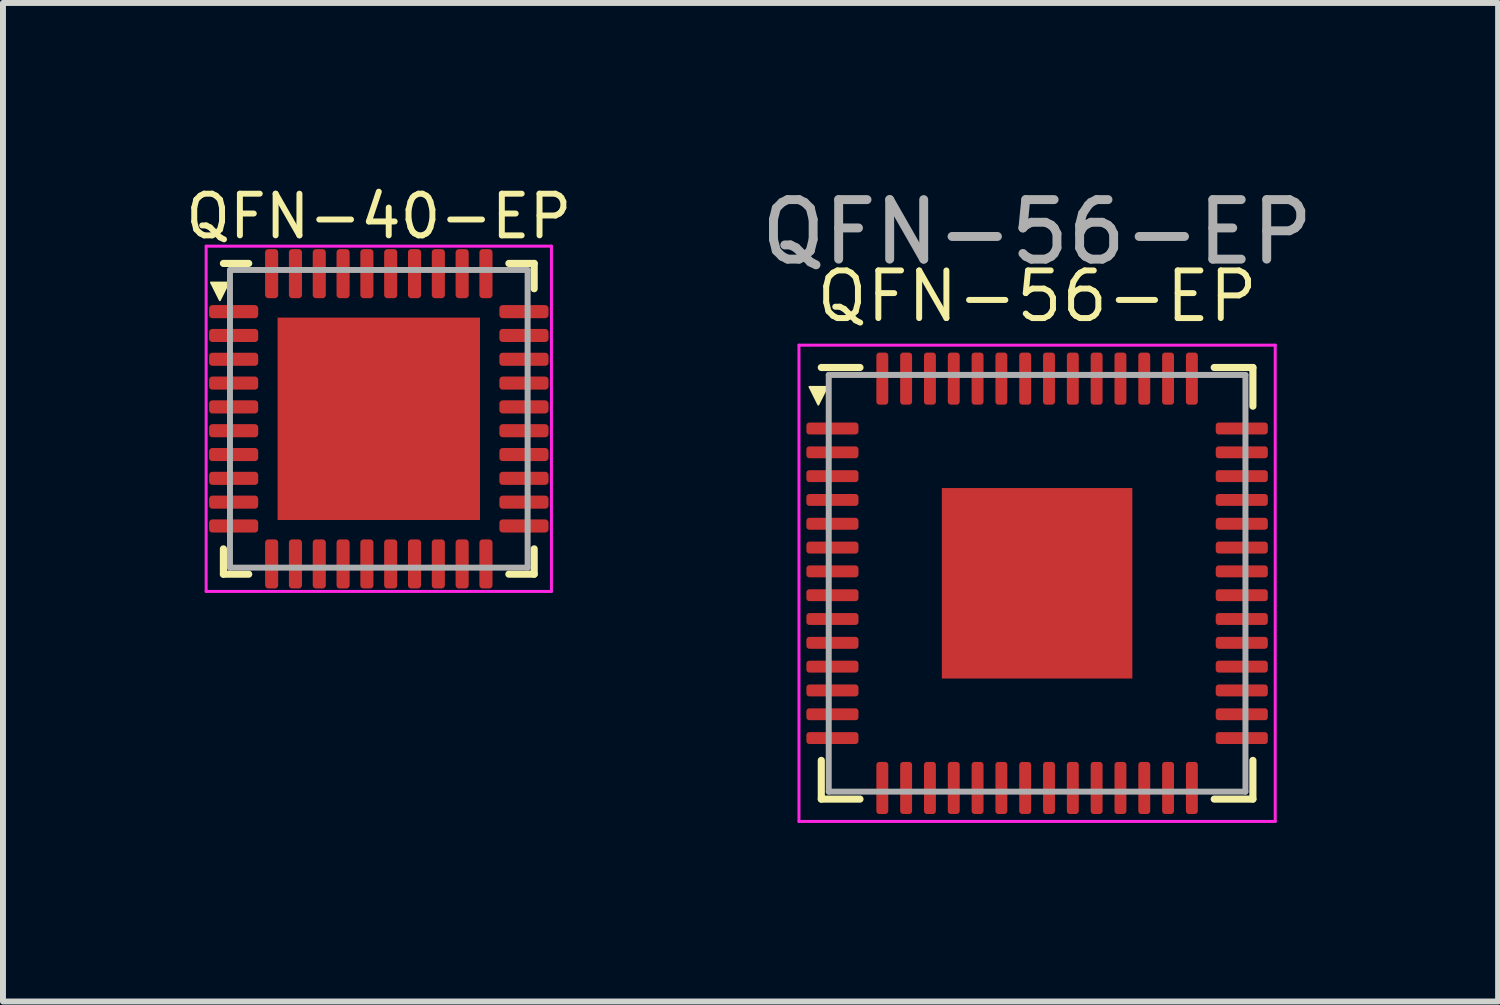
<source format=kicad_pcb>
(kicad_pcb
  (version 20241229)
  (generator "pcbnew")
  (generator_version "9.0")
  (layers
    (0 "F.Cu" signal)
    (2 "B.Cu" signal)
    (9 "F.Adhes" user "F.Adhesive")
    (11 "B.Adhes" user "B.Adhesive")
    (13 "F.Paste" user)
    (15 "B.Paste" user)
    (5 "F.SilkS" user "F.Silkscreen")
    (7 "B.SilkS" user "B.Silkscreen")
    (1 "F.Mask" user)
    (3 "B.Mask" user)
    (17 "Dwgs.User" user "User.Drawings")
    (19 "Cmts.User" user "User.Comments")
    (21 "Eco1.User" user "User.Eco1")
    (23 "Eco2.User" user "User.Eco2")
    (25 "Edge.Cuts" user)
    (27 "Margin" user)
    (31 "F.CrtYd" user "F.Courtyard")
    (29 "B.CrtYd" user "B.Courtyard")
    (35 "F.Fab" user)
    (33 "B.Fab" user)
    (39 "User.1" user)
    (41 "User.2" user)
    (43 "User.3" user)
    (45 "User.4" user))
  (footprint "QFN-40-EP"
    (layer "F.Cu")
    (at 3.313 3.985)
    (property "Reference" "QFN-40-EP" (at 0 -3.4 0) (unlocked yes) (layer "F.SilkS") (effects (font (size 0.7 0.7) (thickness 0.1))))
    (attr smd)
    (fp_line (start -2.61 2.61) (end -2.61 2.185) (stroke (width 0.12) (type solid)) (layer "F.SilkS"))
    (fp_line (start -2.185 -2.61) (end -2.61 -2.61) (stroke (width 0.12) (type solid)) (layer "F.SilkS"))
    (fp_line (start -2.185 2.61) (end -2.61 2.61) (stroke (width 0.12) (type solid)) (layer "F.SilkS"))
    (fp_line (start 2.185 -2.61) (end 2.61 -2.61) (stroke (width 0.12) (type solid)) (layer "F.SilkS"))
    (fp_line (start 2.185 2.61) (end 2.61 2.61) (stroke (width 0.12) (type solid)) (layer "F.SilkS"))
    (fp_line (start 2.61 -2.61) (end 2.61 -2.185) (stroke (width 0.12) (type solid)) (layer "F.SilkS"))
    (fp_line (start 2.61 2.61) (end 2.61 2.185) (stroke (width 0.12) (type solid)) (layer "F.SilkS"))
    (fp_poly (pts (xy -2.67 -1.99) (xy -2.82 -2.29) (xy -2.52 -2.29)) (stroke (width 0.03) (type solid)) (fill yes) (layer "F.SilkS"))
    (fp_line (start -2.9 -2.9) (end -2.9 2.9) (stroke (width 0.05) (type solid)) (layer "F.CrtYd"))
    (fp_line (start -2.9 2.9) (end 2.9 2.9) (stroke (width 0.05) (type solid)) (layer "F.CrtYd"))
    (fp_line (start 2.9 -2.9) (end -2.9 -2.9) (stroke (width 0.05) (type solid)) (layer "F.CrtYd"))
    (fp_line (start 2.9 2.9) (end 2.9 -2.9) (stroke (width 0.05) (type solid)) (layer "F.CrtYd"))
    (fp_line (start -2.5 -2.5) (end 2.5 -2.5) (stroke (width 0.1) (type solid)) (layer "F.Fab"))
    (fp_line (start -2.5 2.5) (end -2.5 -2.5) (stroke (width 0.1) (type solid)) (layer "F.Fab"))
    (fp_line (start 2.5 -2.5) (end 2.5 2.5) (stroke (width 0.1) (type solid)) (layer "F.Fab"))
    (fp_line (start 2.5 2.5) (end -2.5 2.5) (stroke (width 0.1) (type solid)) (layer "F.Fab"))
    (pad "" smd roundrect (at -1.2 -1.2) (size 0.97 0.97) (layers "F.Paste") (roundrect_rratio 0.25))
    (pad "" smd roundrect (at -1.2 0) (size 0.97 0.97) (layers "F.Paste") (roundrect_rratio 0.25))
    (pad "" smd roundrect (at -1.2 1.2) (size 0.97 0.97) (layers "F.Paste") (roundrect_rratio 0.25))
    (pad "" smd roundrect (at 0 -1.2) (size 0.97 0.97) (layers "F.Paste") (roundrect_rratio 0.25))
    (pad "" smd roundrect (at 0 0) (size 0.97 0.97) (layers "F.Paste") (roundrect_rratio 0.25))
    (pad "" smd roundrect (at 0 1.2) (size 0.97 0.97) (layers "F.Paste") (roundrect_rratio 0.25))
    (pad "" smd roundrect (at 1.2 -1.2) (size 0.97 0.97) (layers "F.Paste") (roundrect_rratio 0.25))
    (pad "" smd roundrect (at 1.2 0) (size 0.97 0.97) (layers "F.Paste") (roundrect_rratio 0.25))
    (pad "" smd roundrect (at 1.2 1.2) (size 0.97 0.97) (layers "F.Paste") (roundrect_rratio 0.25))
    (pad "1" smd roundrect (at -2.438 -1.8) (size 0.825 0.22) (layers "F.Cu" "F.Mask" "F.Paste") (roundrect_rratio 0.25))
    (pad "2" smd roundrect (at -2.438 -1.4) (size 0.825 0.22) (layers "F.Cu" "F.Mask" "F.Paste") (roundrect_rratio 0.25))
    (pad "3" smd roundrect (at -2.438 -1) (size 0.825 0.22) (layers "F.Cu" "F.Mask" "F.Paste") (roundrect_rratio 0.25))
    (pad "4" smd roundrect (at -2.438 -0.6) (size 0.825 0.22) (layers "F.Cu" "F.Mask" "F.Paste") (roundrect_rratio 0.25))
    (pad "5" smd roundrect (at -2.438 -0.2) (size 0.825 0.22) (layers "F.Cu" "F.Mask" "F.Paste") (roundrect_rratio 0.25))
    (pad "6" smd roundrect (at -2.438 0.2) (size 0.825 0.22) (layers "F.Cu" "F.Mask" "F.Paste") (roundrect_rratio 0.25))
    (pad "7" smd roundrect (at -2.438 0.6) (size 0.825 0.22) (layers "F.Cu" "F.Mask" "F.Paste") (roundrect_rratio 0.25))
    (pad "8" smd roundrect (at -2.438 1) (size 0.825 0.22) (layers "F.Cu" "F.Mask" "F.Paste") (roundrect_rratio 0.25))
    (pad "9" smd roundrect (at -2.438 1.4) (size 0.825 0.22) (layers "F.Cu" "F.Mask" "F.Paste") (roundrect_rratio 0.25))
    (pad "10" smd roundrect (at -2.438 1.8) (size 0.825 0.22) (layers "F.Cu" "F.Mask" "F.Paste") (roundrect_rratio 0.25))
    (pad "11" smd roundrect (at -1.8 2.438) (size 0.22 0.825) (layers "F.Cu" "F.Mask" "F.Paste") (roundrect_rratio 0.25))
    (pad "12" smd roundrect (at -1.4 2.438) (size 0.22 0.825) (layers "F.Cu" "F.Mask" "F.Paste") (roundrect_rratio 0.25))
    (pad "13" smd roundrect (at -1 2.438) (size 0.22 0.825) (layers "F.Cu" "F.Mask" "F.Paste") (roundrect_rratio 0.25))
    (pad "14" smd roundrect (at -0.6 2.438) (size 0.22 0.825) (layers "F.Cu" "F.Mask" "F.Paste") (roundrect_rratio 0.25))
    (pad "15" smd roundrect (at -0.2 2.438) (size 0.22 0.825) (layers "F.Cu" "F.Mask" "F.Paste") (roundrect_rratio 0.25))
    (pad "16" smd roundrect (at 0.2 2.438) (size 0.22 0.825) (layers "F.Cu" "F.Mask" "F.Paste") (roundrect_rratio 0.25))
    (pad "17" smd roundrect (at 0.6 2.438) (size 0.22 0.825) (layers "F.Cu" "F.Mask" "F.Paste") (roundrect_rratio 0.25))
    (pad "18" smd roundrect (at 1 2.438) (size 0.22 0.825) (layers "F.Cu" "F.Mask" "F.Paste") (roundrect_rratio 0.25))
    (pad "19" smd roundrect (at 1.4 2.438) (size 0.22 0.825) (layers "F.Cu" "F.Mask" "F.Paste") (roundrect_rratio 0.25))
    (pad "20" smd roundrect (at 1.8 2.438) (size 0.22 0.825) (layers "F.Cu" "F.Mask" "F.Paste") (roundrect_rratio 0.25))
    (pad "21" smd roundrect (at 2.438 1.8) (size 0.825 0.22) (layers "F.Cu" "F.Mask" "F.Paste") (roundrect_rratio 0.25))
    (pad "22" smd roundrect (at 2.438 1.4) (size 0.825 0.22) (layers "F.Cu" "F.Mask" "F.Paste") (roundrect_rratio 0.25))
    (pad "23" smd roundrect (at 2.438 1) (size 0.825 0.22) (layers "F.Cu" "F.Mask" "F.Paste") (roundrect_rratio 0.25))
    (pad "24" smd roundrect (at 2.438 0.6) (size 0.825 0.22) (layers "F.Cu" "F.Mask" "F.Paste") (roundrect_rratio 0.25))
    (pad "25" smd roundrect (at 2.438 0.2) (size 0.825 0.22) (layers "F.Cu" "F.Mask" "F.Paste") (roundrect_rratio 0.25))
    (pad "26" smd roundrect (at 2.438 -0.2) (size 0.825 0.22) (layers "F.Cu" "F.Mask" "F.Paste") (roundrect_rratio 0.25))
    (pad "27" smd roundrect (at 2.438 -0.6) (size 0.825 0.22) (layers "F.Cu" "F.Mask" "F.Paste") (roundrect_rratio 0.25))
    (pad "28" smd roundrect (at 2.438 -1) (size 0.825 0.22) (layers "F.Cu" "F.Mask" "F.Paste") (roundrect_rratio 0.25))
    (pad "29" smd roundrect (at 2.438 -1.4) (size 0.825 0.22) (layers "F.Cu" "F.Mask" "F.Paste") (roundrect_rratio 0.25))
    (pad "30" smd roundrect (at 2.438 -1.8) (size 0.825 0.22) (layers "F.Cu" "F.Mask" "F.Paste") (roundrect_rratio 0.25))
    (pad "31" smd roundrect (at 1.8 -2.438) (size 0.22 0.825) (layers "F.Cu" "F.Mask" "F.Paste") (roundrect_rratio 0.25))
    (pad "32" smd roundrect (at 1.4 -2.438) (size 0.22 0.825) (layers "F.Cu" "F.Mask" "F.Paste") (roundrect_rratio 0.25))
    (pad "33" smd roundrect (at 1 -2.438) (size 0.22 0.825) (layers "F.Cu" "F.Mask" "F.Paste") (roundrect_rratio 0.25))
    (pad "34" smd roundrect (at 0.6 -2.438) (size 0.22 0.825) (layers "F.Cu" "F.Mask" "F.Paste") (roundrect_rratio 0.25))
    (pad "35" smd roundrect (at 0.2 -2.438) (size 0.22 0.825) (layers "F.Cu" "F.Mask" "F.Paste") (roundrect_rratio 0.25))
    (pad "36" smd roundrect (at -0.2 -2.438) (size 0.22 0.825) (layers "F.Cu" "F.Mask" "F.Paste") (roundrect_rratio 0.25))
    (pad "37" smd roundrect (at -0.6 -2.438) (size 0.22 0.825) (layers "F.Cu" "F.Mask" "F.Paste") (roundrect_rratio 0.25))
    (pad "38" smd roundrect (at -1 -2.438) (size 0.22 0.825) (layers "F.Cu" "F.Mask" "F.Paste") (roundrect_rratio 0.25))
    (pad "39" smd roundrect (at -1.4 -2.438) (size 0.22 0.825) (layers "F.Cu" "F.Mask" "F.Paste") (roundrect_rratio 0.25))
    (pad "40" smd roundrect (at -1.8 -2.438) (size 0.22 0.825) (layers "F.Cu" "F.Mask" "F.Paste") (roundrect_rratio 0.25))
    (pad "41" smd rect (at 0 0) (size 3.4 3.4) (layers "F.Cu" "F.Mask")))
  (footprint "QFN-56-EP"
    (layer "F.Cu")
    (at 14.371 6.748)
    (property "Reference" "QFN-56-EP" (at 0 -4.82 0) (layer "F.SilkS") (effects (font (size 0.8 0.8) (thickness 0.1))))
    (attr smd)
    (fp_line (start -3.625 -3.625) (end -2.975 -3.625) (stroke (width 0.12) (type solid)) (layer "F.SilkS"))
    (fp_line (start -3.625 3.625) (end -3.625 2.975) (stroke (width 0.12) (type solid)) (layer "F.SilkS"))
    (fp_line (start -2.975 3.625) (end -3.625 3.625) (stroke (width 0.12) (type solid)) (layer "F.SilkS"))
    (fp_line (start 2.975 -3.625) (end 3.625 -3.625) (stroke (width 0.12) (type solid)) (layer "F.SilkS"))
    (fp_line (start 2.975 3.625) (end 3.625 3.625) (stroke (width 0.12) (type solid)) (layer "F.SilkS"))
    (fp_line (start 3.625 -3.625) (end 3.625 -2.975) (stroke (width 0.12) (type solid)) (layer "F.SilkS"))
    (fp_line (start 3.625 3.625) (end 3.625 2.975) (stroke (width 0.12) (type solid)) (layer "F.SilkS"))
    (fp_poly (pts (xy -3.675 -3) (xy -3.825 -3.3) (xy -3.525 -3.3)) (stroke (width 0.03) (type solid)) (fill yes) (layer "F.SilkS"))
    (fp_line (start -4 -4) (end -4 4) (stroke (width 0.05) (type solid)) (layer "F.CrtYd"))
    (fp_line (start -4 4) (end 4 4) (stroke (width 0.05) (type solid)) (layer "F.CrtYd"))
    (fp_line (start 4 -4) (end -4 -4) (stroke (width 0.05) (type solid)) (layer "F.CrtYd"))
    (fp_line (start 4 4) (end 4 -4) (stroke (width 0.05) (type solid)) (layer "F.CrtYd"))
    (fp_line (start -3.5 -3.5) (end 3.5 -3.5) (stroke (width 0.1) (type solid)) (layer "F.Fab"))
    (fp_line (start -3.5 3.5) (end -3.5 -3.5) (stroke (width 0.1) (type solid)) (layer "F.Fab"))
    (fp_line (start 3.5 -3.5) (end 3.5 3.5) (stroke (width 0.1) (type solid)) (layer "F.Fab"))
    (fp_line (start 3.5 3.5) (end -3.5 3.5) (stroke (width 0.1) (type solid)) (layer "F.Fab"))
    (fp_text user "${REFERENCE}" (at 0 -5.9 0) (layer "F.Fab") (effects (font (size 1 1) (thickness 0.15))))
    (pad "" smd roundrect (at -0.7 -0.7) (size 1.13 1.13) (layers "F.Paste") (roundrect_rratio 0.221))
    (pad "" smd roundrect (at -0.7 0.7) (size 1.13 1.13) (layers "F.Paste") (roundrect_rratio 0.221))
    (pad "" smd roundrect (at 0.7 -0.7) (size 1.13 1.13) (layers "F.Paste") (roundrect_rratio 0.221))
    (pad "" smd roundrect (at 0.7 0.7) (size 1.13 1.13) (layers "F.Paste") (roundrect_rratio 0.221))
    (pad "1" smd roundrect (at -3.438 -2.6) (size 0.875 0.2) (layers "F.Cu" "F.Mask" "F.Paste") (roundrect_rratio 0.25))
    (pad "2" smd roundrect (at -3.438 -2.2) (size 0.875 0.2) (layers "F.Cu" "F.Mask" "F.Paste") (roundrect_rratio 0.25))
    (pad "3" smd roundrect (at -3.438 -1.8) (size 0.875 0.2) (layers "F.Cu" "F.Mask" "F.Paste") (roundrect_rratio 0.25))
    (pad "4" smd roundrect (at -3.438 -1.4) (size 0.875 0.2) (layers "F.Cu" "F.Mask" "F.Paste") (roundrect_rratio 0.25))
    (pad "5" smd roundrect (at -3.438 -1) (size 0.875 0.2) (layers "F.Cu" "F.Mask" "F.Paste") (roundrect_rratio 0.25))
    (pad "6" smd roundrect (at -3.438 -0.6) (size 0.875 0.2) (layers "F.Cu" "F.Mask" "F.Paste") (roundrect_rratio 0.25))
    (pad "7" smd roundrect (at -3.438 -0.2) (size 0.875 0.2) (layers "F.Cu" "F.Mask" "F.Paste") (roundrect_rratio 0.25))
    (pad "8" smd roundrect (at -3.438 0.2) (size 0.875 0.2) (layers "F.Cu" "F.Mask" "F.Paste") (roundrect_rratio 0.25))
    (pad "9" smd roundrect (at -3.438 0.6) (size 0.875 0.2) (layers "F.Cu" "F.Mask" "F.Paste") (roundrect_rratio 0.25))
    (pad "10" smd roundrect (at -3.438 1) (size 0.875 0.2) (layers "F.Cu" "F.Mask" "F.Paste") (roundrect_rratio 0.25))
    (pad "11" smd roundrect (at -3.438 1.4) (size 0.875 0.2) (layers "F.Cu" "F.Mask" "F.Paste") (roundrect_rratio 0.25))
    (pad "12" smd roundrect (at -3.438 1.8) (size 0.875 0.2) (layers "F.Cu" "F.Mask" "F.Paste") (roundrect_rratio 0.25))
    (pad "13" smd roundrect (at -3.438 2.2) (size 0.875 0.2) (layers "F.Cu" "F.Mask" "F.Paste") (roundrect_rratio 0.25))
    (pad "14" smd roundrect (at -3.438 2.6) (size 0.875 0.2) (layers "F.Cu" "F.Mask" "F.Paste") (roundrect_rratio 0.25))
    (pad "15" smd roundrect (at -2.6 3.438) (size 0.2 0.875) (layers "F.Cu" "F.Mask" "F.Paste") (roundrect_rratio 0.25))
    (pad "16" smd roundrect (at -2.2 3.438) (size 0.2 0.875) (layers "F.Cu" "F.Mask" "F.Paste") (roundrect_rratio 0.25))
    (pad "17" smd roundrect (at -1.8 3.438) (size 0.2 0.875) (layers "F.Cu" "F.Mask" "F.Paste") (roundrect_rratio 0.25))
    (pad "18" smd roundrect (at -1.4 3.438) (size 0.2 0.875) (layers "F.Cu" "F.Mask" "F.Paste") (roundrect_rratio 0.25))
    (pad "19" smd roundrect (at -1 3.438) (size 0.2 0.875) (layers "F.Cu" "F.Mask" "F.Paste") (roundrect_rratio 0.25))
    (pad "20" smd roundrect (at -0.6 3.438) (size 0.2 0.875) (layers "F.Cu" "F.Mask" "F.Paste") (roundrect_rratio 0.25))
    (pad "21" smd roundrect (at -0.2 3.438) (size 0.2 0.875) (layers "F.Cu" "F.Mask" "F.Paste") (roundrect_rratio 0.25))
    (pad "22" smd roundrect (at 0.2 3.438) (size 0.2 0.875) (layers "F.Cu" "F.Mask" "F.Paste") (roundrect_rratio 0.25))
    (pad "23" smd roundrect (at 0.6 3.438) (size 0.2 0.875) (layers "F.Cu" "F.Mask" "F.Paste") (roundrect_rratio 0.25))
    (pad "24" smd roundrect (at 1 3.438) (size 0.2 0.875) (layers "F.Cu" "F.Mask" "F.Paste") (roundrect_rratio 0.25))
    (pad "25" smd roundrect (at 1.4 3.438) (size 0.2 0.875) (layers "F.Cu" "F.Mask" "F.Paste") (roundrect_rratio 0.25))
    (pad "26" smd roundrect (at 1.8 3.438) (size 0.2 0.875) (layers "F.Cu" "F.Mask" "F.Paste") (roundrect_rratio 0.25))
    (pad "27" smd roundrect (at 2.2 3.438) (size 0.2 0.875) (layers "F.Cu" "F.Mask" "F.Paste") (roundrect_rratio 0.25))
    (pad "28" smd roundrect (at 2.6 3.438) (size 0.2 0.875) (layers "F.Cu" "F.Mask" "F.Paste") (roundrect_rratio 0.25))
    (pad "29" smd roundrect (at 3.438 2.6) (size 0.875 0.2) (layers "F.Cu" "F.Mask" "F.Paste") (roundrect_rratio 0.25))
    (pad "30" smd roundrect (at 3.438 2.2) (size 0.875 0.2) (layers "F.Cu" "F.Mask" "F.Paste") (roundrect_rratio 0.25))
    (pad "31" smd roundrect (at 3.438 1.8) (size 0.875 0.2) (layers "F.Cu" "F.Mask" "F.Paste") (roundrect_rratio 0.25))
    (pad "32" smd roundrect (at 3.438 1.4) (size 0.875 0.2) (layers "F.Cu" "F.Mask" "F.Paste") (roundrect_rratio 0.25))
    (pad "33" smd roundrect (at 3.438 1) (size 0.875 0.2) (layers "F.Cu" "F.Mask" "F.Paste") (roundrect_rratio 0.25))
    (pad "34" smd roundrect (at 3.438 0.6) (size 0.875 0.2) (layers "F.Cu" "F.Mask" "F.Paste") (roundrect_rratio 0.25))
    (pad "35" smd roundrect (at 3.438 0.2) (size 0.875 0.2) (layers "F.Cu" "F.Mask" "F.Paste") (roundrect_rratio 0.25))
    (pad "36" smd roundrect (at 3.438 -0.2) (size 0.875 0.2) (layers "F.Cu" "F.Mask" "F.Paste") (roundrect_rratio 0.25))
    (pad "37" smd roundrect (at 3.438 -0.6) (size 0.875 0.2) (layers "F.Cu" "F.Mask" "F.Paste") (roundrect_rratio 0.25))
    (pad "38" smd roundrect (at 3.438 -1) (size 0.875 0.2) (layers "F.Cu" "F.Mask" "F.Paste") (roundrect_rratio 0.25))
    (pad "39" smd roundrect (at 3.438 -1.4) (size 0.875 0.2) (layers "F.Cu" "F.Mask" "F.Paste") (roundrect_rratio 0.25))
    (pad "40" smd roundrect (at 3.438 -1.8) (size 0.875 0.2) (layers "F.Cu" "F.Mask" "F.Paste") (roundrect_rratio 0.25))
    (pad "41" smd roundrect (at 3.438 -2.2) (size 0.875 0.2) (layers "F.Cu" "F.Mask" "F.Paste") (roundrect_rratio 0.25))
    (pad "42" smd roundrect (at 3.438 -2.6) (size 0.875 0.2) (layers "F.Cu" "F.Mask" "F.Paste") (roundrect_rratio 0.25))
    (pad "43" smd roundrect (at 2.6 -3.438) (size 0.2 0.875) (layers "F.Cu" "F.Mask" "F.Paste") (roundrect_rratio 0.25))
    (pad "44" smd roundrect (at 2.2 -3.438) (size 0.2 0.875) (layers "F.Cu" "F.Mask" "F.Paste") (roundrect_rratio 0.25))
    (pad "45" smd roundrect (at 1.8 -3.438) (size 0.2 0.875) (layers "F.Cu" "F.Mask" "F.Paste") (roundrect_rratio 0.25))
    (pad "46" smd roundrect (at 1.4 -3.438) (size 0.2 0.875) (layers "F.Cu" "F.Mask" "F.Paste") (roundrect_rratio 0.25))
    (pad "47" smd roundrect (at 1 -3.438) (size 0.2 0.875) (layers "F.Cu" "F.Mask" "F.Paste") (roundrect_rratio 0.25))
    (pad "48" smd roundrect (at 0.6 -3.438) (size 0.2 0.875) (layers "F.Cu" "F.Mask" "F.Paste") (roundrect_rratio 0.25))
    (pad "49" smd roundrect (at 0.2 -3.438) (size 0.2 0.875) (layers "F.Cu" "F.Mask" "F.Paste") (roundrect_rratio 0.25))
    (pad "50" smd roundrect (at -0.2 -3.438) (size 0.2 0.875) (layers "F.Cu" "F.Mask" "F.Paste") (roundrect_rratio 0.25))
    (pad "51" smd roundrect (at -0.6 -3.438) (size 0.2 0.875) (layers "F.Cu" "F.Mask" "F.Paste") (roundrect_rratio 0.25))
    (pad "52" smd roundrect (at -1 -3.438) (size 0.2 0.875) (layers "F.Cu" "F.Mask" "F.Paste") (roundrect_rratio 0.25))
    (pad "53" smd roundrect (at -1.4 -3.438) (size 0.2 0.875) (layers "F.Cu" "F.Mask" "F.Paste") (roundrect_rratio 0.25))
    (pad "54" smd roundrect (at -1.8 -3.438) (size 0.2 0.875) (layers "F.Cu" "F.Mask" "F.Paste") (roundrect_rratio 0.25))
    (pad "55" smd roundrect (at -2.2 -3.438) (size 0.2 0.875) (layers "F.Cu" "F.Mask" "F.Paste") (roundrect_rratio 0.25))
    (pad "56" smd roundrect (at -2.6 -3.438) (size 0.2 0.875) (layers "F.Cu" "F.Mask" "F.Paste") (roundrect_rratio 0.25))
    (pad "57" smd rect (at 0 0) (size 3.2 3.2) (layers "F.Cu" "F.Mask")))
  (gr_rect
    (start -3 -3)
    (end 22.115 13.773)
    (stroke (width 0.1) (type default))
    (fill no)
    (layer "Edge.Cuts")))
</source>
